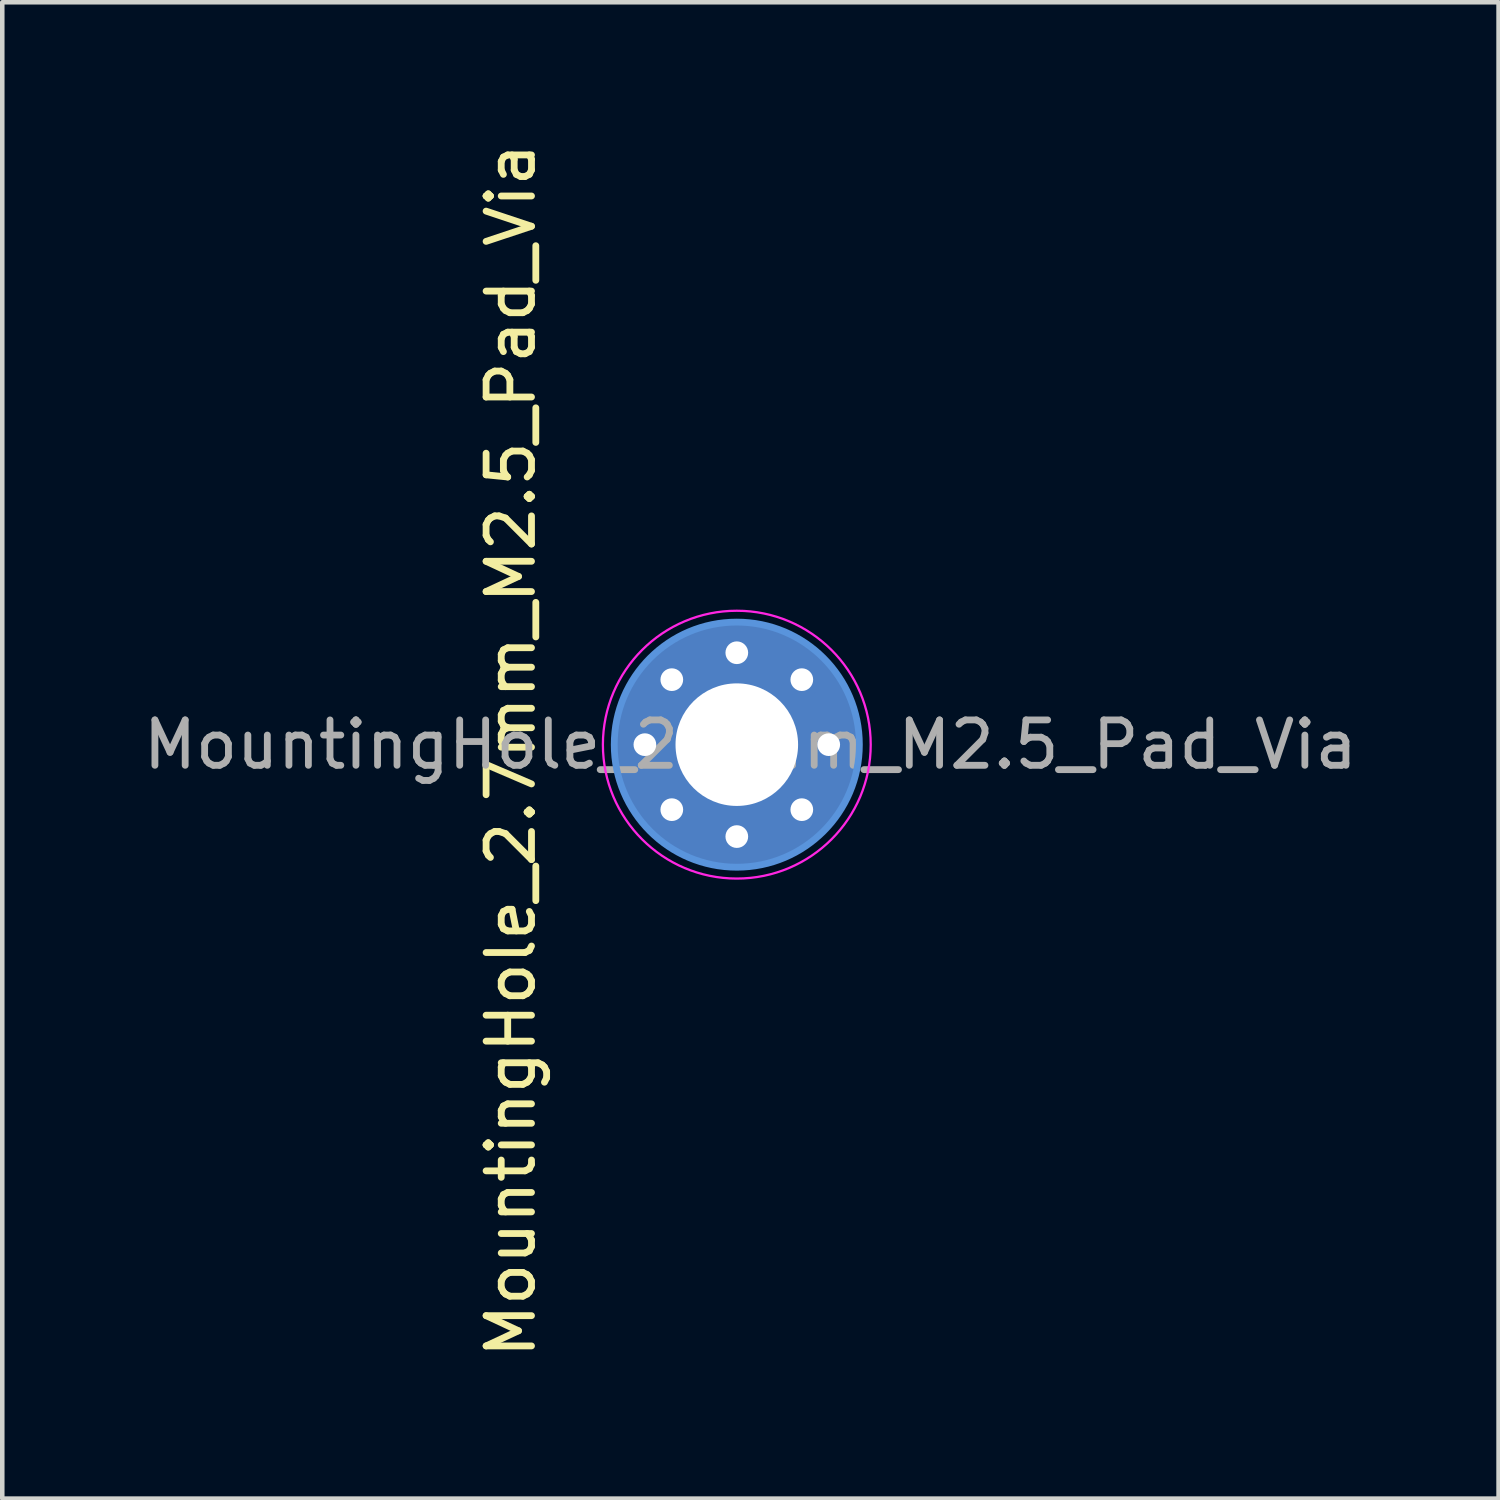
<source format=kicad_pcb>
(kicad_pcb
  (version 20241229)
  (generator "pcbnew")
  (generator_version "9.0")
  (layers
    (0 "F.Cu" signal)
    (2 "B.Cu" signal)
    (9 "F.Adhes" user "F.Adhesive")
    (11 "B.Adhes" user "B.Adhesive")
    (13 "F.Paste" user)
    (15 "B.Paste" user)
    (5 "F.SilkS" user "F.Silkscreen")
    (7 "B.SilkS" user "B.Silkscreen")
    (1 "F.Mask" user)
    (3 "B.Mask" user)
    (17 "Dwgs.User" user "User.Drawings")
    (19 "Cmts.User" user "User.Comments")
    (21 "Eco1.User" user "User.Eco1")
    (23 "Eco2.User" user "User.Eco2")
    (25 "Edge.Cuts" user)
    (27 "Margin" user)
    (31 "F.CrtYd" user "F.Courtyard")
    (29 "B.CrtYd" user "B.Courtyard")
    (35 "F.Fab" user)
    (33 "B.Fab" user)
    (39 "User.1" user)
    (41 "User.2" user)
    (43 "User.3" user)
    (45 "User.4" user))
  (footprint "MountingHole_2.7mm_M2.5_Pad_Via"
    (layer "F.Cu")
    (at 13.182 13.355)
    (property "Reference" "MountingHole_2.7mm_M2.5_Pad_Via" (at -4.978 0.127 90) (layer "F.SilkS") (effects (font (size 1 1) (thickness 0.15))))
    (attr exclude_from_pos_files exclude_from_bom)
    (fp_circle (center 0 0) (end 2.7 0) (stroke (width 0.15) (type solid)) (fill no) (layer "Cmts.User"))
    (fp_circle (center 0 0) (end 2.95 0) (stroke (width 0.05) (type solid)) (fill no) (layer "F.CrtYd"))
    (fp_text user "${REFERENCE}" (at 0.3 0 0) (layer "F.Fab") (effects (font (size 1 1) (thickness 0.15))))
    (pad "1" thru_hole circle (at -2.025 0) (size 0.8 0.8) (drill 0.5) (layers "*.Cu" "*.Mask"))
    (pad "1" thru_hole circle (at -1.432 -1.432) (size 0.8 0.8) (drill 0.5) (layers "*.Cu" "*.Mask"))
    (pad "1" thru_hole circle (at -1.432 1.432) (size 0.8 0.8) (drill 0.5) (layers "*.Cu" "*.Mask"))
    (pad "1" thru_hole circle (at 0 -2.025) (size 0.8 0.8) (drill 0.5) (layers "*.Cu" "*.Mask"))
    (pad "1" thru_hole circle (at 0 0) (size 5.4 5.4) (drill 2.7) (layers "*.Cu" "*.Mask"))
    (pad "1" thru_hole circle (at 0 2.025) (size 0.8 0.8) (drill 0.5) (layers "*.Cu" "*.Mask"))
    (pad "1" thru_hole circle (at 1.432 -1.432) (size 0.8 0.8) (drill 0.5) (layers "*.Cu" "*.Mask"))
    (pad "1" thru_hole circle (at 1.432 1.432) (size 0.8 0.8) (drill 0.5) (layers "*.Cu" "*.Mask"))
    (pad "1" thru_hole circle (at 2.025 0) (size 0.8 0.8) (drill 0.5) (layers "*.Cu" "*.Mask")))
  (gr_rect
    (start -3 -3)
    (end 29.964 29.964)
    (stroke (width 0.1) (type default))
    (fill no)
    (layer "Edge.Cuts")))
</source>
